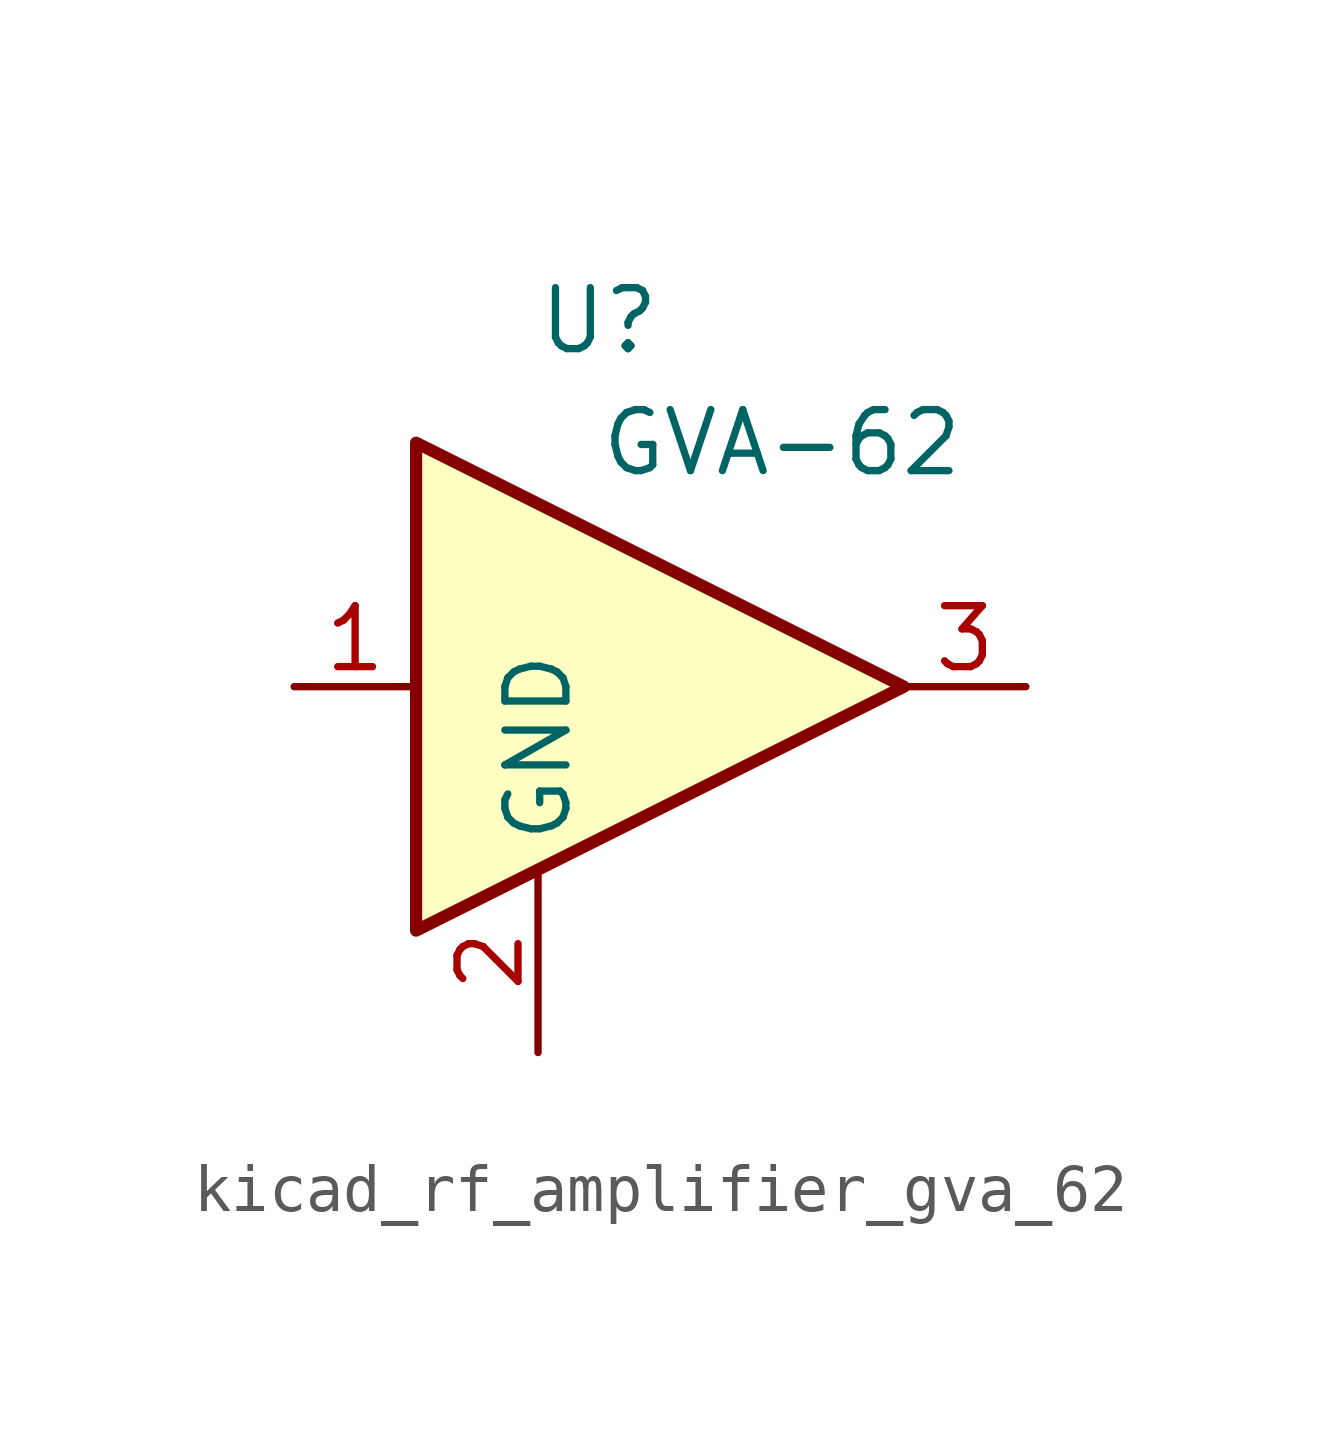
<source format=kicad_sym>
(kicad_symbol_lib
  (version 20220914)
  (generator kicad_symbol_editor)
  (symbol "kicad_rf_amplifier_gva_62"
    (property "Reference" "U"
      (at -1.27 7.62 0)
      (effects (font (size 1.27 1.27))))
    (property "Value" "GVA-62"
      (at 2.54 5.08 0)
      (effects (font (size 1.27 1.27))))
    (symbol "kicad_rf_amplifier_gva_62_0_1"
      (polyline (pts (xy 5.08 0) (xy -5.08 5.08) (xy -5.08 -5.08) (xy 5.08 0)) (stroke (width 0.254) (type default)) (fill (type background))))
    (symbol "kicad_rf_amplifier_gva_62_1_1"
      (pin input line (at -7.62 0 0) (length 2.54) (name "~" (effects (font (size 1.27 1.27)))) (number "1" (effects (font (size 1.27 1.27)))))
      (pin power_in line (at -2.54 -7.62 90) (length 3.81) (name "GND" (effects (font (size 1.27 1.27)))) (number "2" (effects (font (size 1.27 1.27)))))
      (pin output line (at 7.62 0 180) (length 2.54) (name "~" (effects (font (size 1.27 1.27)))) (number "3" (effects (font (size 1.27 1.27))))))))
</source>
